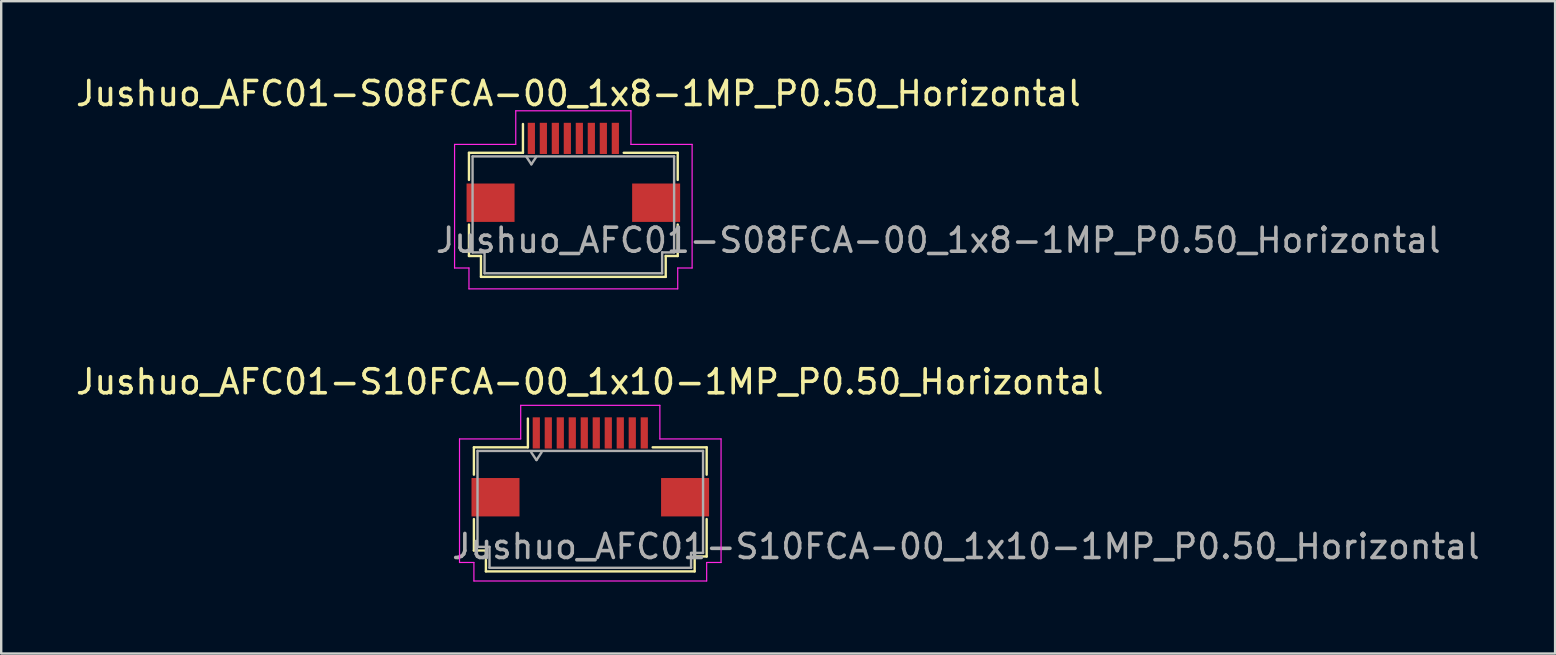
<source format=kicad_pcb>
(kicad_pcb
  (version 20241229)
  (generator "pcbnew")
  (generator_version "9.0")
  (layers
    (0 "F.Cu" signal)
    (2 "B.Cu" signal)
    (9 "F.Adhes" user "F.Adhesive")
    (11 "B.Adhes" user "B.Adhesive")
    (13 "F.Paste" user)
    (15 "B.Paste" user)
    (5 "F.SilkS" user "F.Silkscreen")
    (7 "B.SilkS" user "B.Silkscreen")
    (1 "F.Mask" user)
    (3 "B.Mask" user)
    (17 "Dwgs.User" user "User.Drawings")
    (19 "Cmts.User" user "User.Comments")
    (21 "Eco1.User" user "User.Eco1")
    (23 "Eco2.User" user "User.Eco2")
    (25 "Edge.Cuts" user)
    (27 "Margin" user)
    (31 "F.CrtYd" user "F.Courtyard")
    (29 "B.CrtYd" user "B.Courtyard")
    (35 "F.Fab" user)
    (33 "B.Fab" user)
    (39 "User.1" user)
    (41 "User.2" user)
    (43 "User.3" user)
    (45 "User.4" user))
  (footprint "Jushuo_AFC01-S08FCA-00_1x8-1MP_P0.50_Horizontal"
    (layer "F.Cu")
    (at 20.844 2.718)
    (property "Reference" "Jushuo_AFC01-S08FCA-00_1x8-1MP_P0.50_Horizontal" (at 0.21 -1.87 0) (layer "F.SilkS") (effects (font (size 1 1) (thickness 0.15))))
    (attr through_hole)
    (fp_line (start -4.35 0.6) (end -4.35 1.73) (stroke (width 0.1) (type default)) (layer "F.SilkS"))
    (fp_line (start -4.35 0.6) (end -2.1 0.6) (stroke (width 0.1) (type default)) (layer "F.SilkS"))
    (fp_line (start -4.35 3.59) (end -4.35 4.9) (stroke (width 0.1) (type default)) (layer "F.SilkS"))
    (fp_line (start -4.35 4.9) (end -3.85 4.9) (stroke (width 0.1) (type default)) (layer "F.SilkS"))
    (fp_line (start -3.85 4.9) (end -3.85 5.77) (stroke (width 0.1) (type default)) (layer "F.SilkS"))
    (fp_line (start -3.85 5.77) (end 3.85 5.77) (stroke (width 0.1) (type default)) (layer "F.SilkS"))
    (fp_line (start -2.1 -0.6) (end -2.1 0.6) (stroke (width 0.1) (type default)) (layer "F.SilkS"))
    (fp_line (start 2.1 0.6) (end 4.35 0.6) (stroke (width 0.1) (type default)) (layer "F.SilkS"))
    (fp_line (start 3.85 4.9) (end 3.85 5.77) (stroke (width 0.1) (type default)) (layer "F.SilkS"))
    (fp_line (start 3.85 4.9) (end 4.35 4.9) (stroke (width 0.1) (type default)) (layer "F.SilkS"))
    (fp_line (start 4.35 0.6) (end 4.35 1.73) (stroke (width 0.1) (type default)) (layer "F.SilkS"))
    (fp_line (start 4.35 3.59) (end 4.35 4.9) (stroke (width 0.1) (type default)) (layer "F.SilkS"))
    (fp_line (start -4.95 0.25) (end -4.95 5.4) (stroke (width 0.05) (type default)) (layer "F.CrtYd"))
    (fp_line (start -4.95 0.25) (end -2.4 0.25) (stroke (width 0.05) (type default)) (layer "F.CrtYd"))
    (fp_line (start -4.95 5.4) (end -4.35 5.4) (stroke (width 0.05) (type default)) (layer "F.CrtYd"))
    (fp_line (start -4.35 5.4) (end -4.35 6.27) (stroke (width 0.05) (type default)) (layer "F.CrtYd"))
    (fp_line (start -4.35 6.27) (end 4.35 6.27) (stroke (width 0.05) (type default)) (layer "F.CrtYd"))
    (fp_line (start -2.4 -1.15) (end 2.4 -1.15) (stroke (width 0.05) (type default)) (layer "F.CrtYd"))
    (fp_line (start -2.4 0.25) (end -2.4 -1.15) (stroke (width 0.05) (type default)) (layer "F.CrtYd"))
    (fp_line (start 2.4 0.25) (end 2.4 -1.15) (stroke (width 0.05) (type default)) (layer "F.CrtYd"))
    (fp_line (start 2.4 0.25) (end 4.95 0.25) (stroke (width 0.05) (type default)) (layer "F.CrtYd"))
    (fp_line (start 4.35 5.4) (end 4.35 6.27) (stroke (width 0.05) (type default)) (layer "F.CrtYd"))
    (fp_line (start 4.35 5.4) (end 4.95 5.4) (stroke (width 0.05) (type default)) (layer "F.CrtYd"))
    (fp_line (start 4.95 0.25) (end 4.95 5.4) (stroke (width 0.05) (type default)) (layer "F.CrtYd"))
    (fp_line (start -4.2 0.75) (end -4.2 4.75) (stroke (width 0.1) (type default)) (layer "F.Fab"))
    (fp_line (start -4.2 0.75) (end 4.2 0.75) (stroke (width 0.1) (type default)) (layer "F.Fab"))
    (fp_line (start -4.2 4.75) (end -3.7 4.75) (stroke (width 0.1) (type default)) (layer "F.Fab"))
    (fp_line (start -3.7 4.75) (end -3.7 5.62) (stroke (width 0.1) (type default)) (layer "F.Fab"))
    (fp_line (start -3.7 5.62) (end 3.7 5.62) (stroke (width 0.1) (type default)) (layer "F.Fab"))
    (fp_line (start -1.96 0.76) (end -1.75 1.08) (stroke (width 0.1) (type default)) (layer "F.Fab"))
    (fp_line (start -1.75 1.08) (end -1.54 0.76) (stroke (width 0.1) (type default)) (layer "F.Fab"))
    (fp_line (start 3.7 4.75) (end 3.7 5.62) (stroke (width 0.1) (type default)) (layer "F.Fab"))
    (fp_line (start 3.7 4.75) (end 4.2 4.75) (stroke (width 0.1) (type default)) (layer "F.Fab"))
    (fp_line (start 4.2 0.75) (end 4.2 4.75) (stroke (width 0.1) (type default)) (layer "F.Fab"))
    (fp_text user "${REFERENCE}" (at -5.82 4.83 0) (unlocked yes) (layer "F.Fab") (effects (font (size 1 1) (thickness 0.15)) (justify left bottom)))
    (pad "1" smd rect (at -1.75 0) (size 0.3 1.3) (layers "F.Cu" "F.Mask" "F.Paste"))
    (pad "2" smd rect (at -1.25 0) (size 0.3 1.3) (layers "F.Cu" "F.Mask" "F.Paste"))
    (pad "3" smd rect (at -0.75 0) (size 0.3 1.3) (layers "F.Cu" "F.Mask" "F.Paste"))
    (pad "4" smd rect (at -0.25 0) (size 0.3 1.3) (layers "F.Cu" "F.Mask" "F.Paste"))
    (pad "5" smd rect (at 0.25 0) (size 0.3 1.3) (layers "F.Cu" "F.Mask" "F.Paste"))
    (pad "6" smd rect (at 0.75 0) (size 0.3 1.3) (layers "F.Cu" "F.Mask" "F.Paste"))
    (pad "7" smd rect (at 1.25 0) (size 0.3 1.3) (layers "F.Cu" "F.Mask" "F.Paste"))
    (pad "8" smd rect (at 1.75 0) (size 0.3 1.3) (layers "F.Cu" "F.Mask" "F.Paste"))
    (pad "MP" smd rect (at -3.45 2.68) (size 2 1.6) (layers "F.Cu" "F.Mask" "F.Paste"))
    (pad "MP" smd rect (at 3.45 2.68) (size 2 1.6) (layers "F.Cu" "F.Mask" "F.Paste")))
  (footprint "Jushuo_AFC01-S10FCA-00_1x10-1MP_P0.50_Horizontal"
    (layer "F.Cu")
    (at 21.55 14.992)
    (property "Reference" "Jushuo_AFC01-S10FCA-00_1x10-1MP_P0.50_Horizontal" (at -0.02 -2.13 0) (layer "F.SilkS") (effects (font (size 1 1) (thickness 0.15))))
    (attr through_hole)
    (fp_line (start -4.85 0.6) (end -4.85 1.74) (stroke (width 0.1) (type default)) (layer "F.SilkS"))
    (fp_line (start -4.85 0.6) (end -2.6 0.6) (stroke (width 0.1) (type default)) (layer "F.SilkS"))
    (fp_line (start -4.85 3.59) (end -4.85 4.9) (stroke (width 0.1) (type default)) (layer "F.SilkS"))
    (fp_line (start -4.85 4.9) (end -4.35 4.9) (stroke (width 0.1) (type default)) (layer "F.SilkS"))
    (fp_line (start -4.35 4.9) (end -4.35 5.77) (stroke (width 0.1) (type default)) (layer "F.SilkS"))
    (fp_line (start -4.35 5.77) (end 4.35 5.77) (stroke (width 0.1) (type default)) (layer "F.SilkS"))
    (fp_line (start -2.6 -0.6) (end -2.6 0.6) (stroke (width 0.1) (type default)) (layer "F.SilkS"))
    (fp_line (start 2.6 0.6) (end 4.85 0.6) (stroke (width 0.1) (type default)) (layer "F.SilkS"))
    (fp_line (start 4.35 5.15) (end 4.35 5.77) (stroke (width 0.1) (type default)) (layer "F.SilkS"))
    (fp_line (start 4.35 5.15) (end 4.85 5.15) (stroke (width 0.1) (type default)) (layer "F.SilkS"))
    (fp_line (start 4.85 0.6) (end 4.85 1.74) (stroke (width 0.1) (type default)) (layer "F.SilkS"))
    (fp_line (start 4.85 3.59) (end 4.85 5.15) (stroke (width 0.1) (type default)) (layer "F.SilkS"))
    (fp_line (start -5.45 0.25) (end -5.45 5.4) (stroke (width 0.05) (type default)) (layer "F.CrtYd"))
    (fp_line (start -5.45 0.25) (end -2.9 0.25) (stroke (width 0.05) (type default)) (layer "F.CrtYd"))
    (fp_line (start -5.45 5.4) (end -4.85 5.4) (stroke (width 0.05) (type default)) (layer "F.CrtYd"))
    (fp_line (start -4.85 5.4) (end -4.85 6.17) (stroke (width 0.05) (type default)) (layer "F.CrtYd"))
    (fp_line (start -4.85 6.17) (end 4.85 6.17) (stroke (width 0.05) (type default)) (layer "F.CrtYd"))
    (fp_line (start -2.9 -1.15) (end 2.9 -1.15) (stroke (width 0.05) (type default)) (layer "F.CrtYd"))
    (fp_line (start -2.9 0.25) (end -2.9 -1.15) (stroke (width 0.05) (type default)) (layer "F.CrtYd"))
    (fp_line (start 2.9 0.25) (end 2.9 -1.15) (stroke (width 0.05) (type default)) (layer "F.CrtYd"))
    (fp_line (start 2.9 0.25) (end 5.45 0.25) (stroke (width 0.05) (type default)) (layer "F.CrtYd"))
    (fp_line (start 4.85 5.4) (end 4.85 6.17) (stroke (width 0.05) (type default)) (layer "F.CrtYd"))
    (fp_line (start 4.85 5.4) (end 5.45 5.4) (stroke (width 0.05) (type default)) (layer "F.CrtYd"))
    (fp_line (start 5.45 0.25) (end 5.45 5.4) (stroke (width 0.05) (type default)) (layer "F.CrtYd"))
    (fp_line (start -4.7 0.75) (end -4.7 4.75) (stroke (width 0.1) (type default)) (layer "F.Fab"))
    (fp_line (start -4.7 0.75) (end 4.7 0.75) (stroke (width 0.1) (type default)) (layer "F.Fab"))
    (fp_line (start -4.7 4.75) (end -4.2 4.75) (stroke (width 0.1) (type default)) (layer "F.Fab"))
    (fp_line (start -4.2 4.75) (end -4.2 5.62) (stroke (width 0.1) (type default)) (layer "F.Fab"))
    (fp_line (start -4.2 5.62) (end 4.2 5.62) (stroke (width 0.1) (type default)) (layer "F.Fab"))
    (fp_line (start -2.46 0.81) (end -2.245 1.13) (stroke (width 0.1) (type default)) (layer "F.Fab"))
    (fp_line (start -2.24 1.13) (end -2.03 0.81) (stroke (width 0.1) (type default)) (layer "F.Fab"))
    (fp_line (start 4.2 5) (end 4.2 5.62) (stroke (width 0.1) (type default)) (layer "F.Fab"))
    (fp_line (start 4.2 5) (end 4.7 5) (stroke (width 0.1) (type default)) (layer "F.Fab"))
    (fp_line (start 4.7 0.75) (end 4.7 5) (stroke (width 0.1) (type default)) (layer "F.Fab"))
    (fp_text user "${REFERENCE}" (at -5.85 5.32 0) (unlocked yes) (layer "F.Fab") (effects (font (size 1 1) (thickness 0.15)) (justify left bottom)))
    (pad "1" smd rect (at -2.25 0) (size 0.3 1.3) (layers "F.Cu" "F.Mask" "F.Paste"))
    (pad "2" smd rect (at -1.75 0) (size 0.3 1.3) (layers "F.Cu" "F.Mask" "F.Paste"))
    (pad "3" smd rect (at -1.25 0) (size 0.3 1.3) (layers "F.Cu" "F.Mask" "F.Paste"))
    (pad "4" smd rect (at -0.75 0) (size 0.3 1.3) (layers "F.Cu" "F.Mask" "F.Paste"))
    (pad "5" smd rect (at -0.25 0) (size 0.3 1.3) (layers "F.Cu" "F.Mask" "F.Paste"))
    (pad "6" smd rect (at 0.25 0) (size 0.3 1.3) (layers "F.Cu" "F.Mask" "F.Paste"))
    (pad "7" smd rect (at 0.75 0) (size 0.3 1.3) (layers "F.Cu" "F.Mask" "F.Paste"))
    (pad "8" smd rect (at 1.25 0) (size 0.3 1.3) (layers "F.Cu" "F.Mask" "F.Paste"))
    (pad "9" smd rect (at 1.75 0) (size 0.3 1.3) (layers "F.Cu" "F.Mask" "F.Paste"))
    (pad "10" smd rect (at 2.25 0) (size 0.3 1.3) (layers "F.Cu" "F.Mask" "F.Paste"))
    (pad "MP" smd rect (at -3.95 2.68) (size 2 1.6) (layers "F.Cu" "F.Mask" "F.Paste"))
    (pad "MP" smd rect (at 3.95 2.68) (size 2 1.6) (layers "F.Cu" "F.Mask" "F.Paste")))
  (gr_rect
    (start -3 -3)
    (end 61.759 24.186)
    (stroke (width 0.1) (type default))
    (fill no)
    (layer "Edge.Cuts")))
</source>
